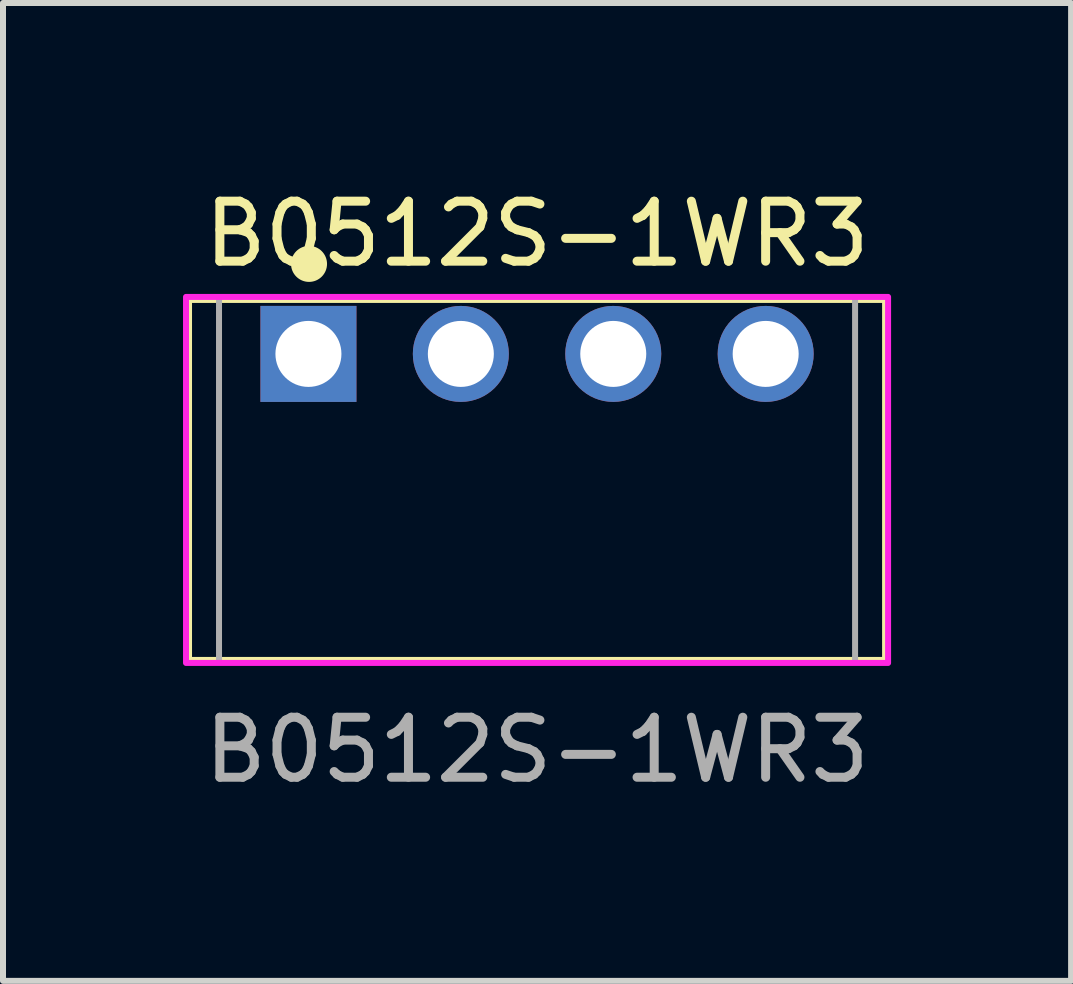
<source format=kicad_pcb>
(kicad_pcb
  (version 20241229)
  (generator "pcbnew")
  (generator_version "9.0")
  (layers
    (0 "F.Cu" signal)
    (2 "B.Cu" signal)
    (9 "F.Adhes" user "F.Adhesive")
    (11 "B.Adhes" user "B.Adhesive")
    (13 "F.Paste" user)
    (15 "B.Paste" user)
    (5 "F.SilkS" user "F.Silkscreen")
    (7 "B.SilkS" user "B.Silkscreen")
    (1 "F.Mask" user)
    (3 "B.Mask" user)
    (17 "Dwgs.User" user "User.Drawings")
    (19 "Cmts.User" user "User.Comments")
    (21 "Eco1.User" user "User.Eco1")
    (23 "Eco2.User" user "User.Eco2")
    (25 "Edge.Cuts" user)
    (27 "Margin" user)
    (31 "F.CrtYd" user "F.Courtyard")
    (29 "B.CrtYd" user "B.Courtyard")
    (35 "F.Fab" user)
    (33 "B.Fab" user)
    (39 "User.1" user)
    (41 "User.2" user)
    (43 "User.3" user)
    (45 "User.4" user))
  (footprint "B0512S-1WR3"
    (layer "F.Cu")
    (at 2.09 2.848)
    (property "Reference" "B0512S-1WR3" (at 3.81 -2 0) (unlocked yes) (layer "F.SilkS") (effects (font (size 1 1) (thickness 0.15))))
    (attr through_hole)
    (fp_rect (start -1.99 -0.9) (end 9.61 5.1) (stroke (width 0.1) (type default)) (fill no) (layer "F.SilkS"))
    (fp_circle (center 0.01 -1.5) (end 0.26 -1.5) (stroke (width 0.1) (type solid)) (fill yes) (layer "F.SilkS"))
    (fp_rect (start -2.04 -0.95) (end 9.66 5.15) (stroke (width 0.1) (type default)) (fill no) (layer "F.CrtYd"))
    (fp_line (start -1.49 -0.9) (end -1.49 5.1) (stroke (width 0.1) (type default)) (layer "F.Fab"))
    (fp_line (start 9.11 -0.9) (end 9.11 5.1) (stroke (width 0.1) (type default)) (layer "F.Fab"))
    (fp_text user "${REFERENCE}" (at 3.81 6.6 0) (unlocked yes) (layer "F.Fab") (effects (font (size 1 1) (thickness 0.15))))
    (pad "1" thru_hole rect (at 0 0) (size 1.6 1.6) (drill 1.1) (layers "*.Cu" "*.Mask"))
    (pad "2" thru_hole circle (at 2.54 0) (size 1.6 1.6) (drill 1.1) (layers "*.Cu" "*.Mask"))
    (pad "3" thru_hole circle (at 5.08 0) (size 1.6 1.6) (drill 1.1) (layers "*.Cu" "*.Mask"))
    (pad "4" thru_hole circle (at 7.62 0) (size 1.6 1.6) (drill 1.1) (layers "*.Cu" "*.Mask")))
  (gr_rect
    (start -3 -3)
    (end 14.8 13.296)
    (stroke (width 0.1) (type default))
    (fill no)
    (layer "Edge.Cuts")))
</source>
